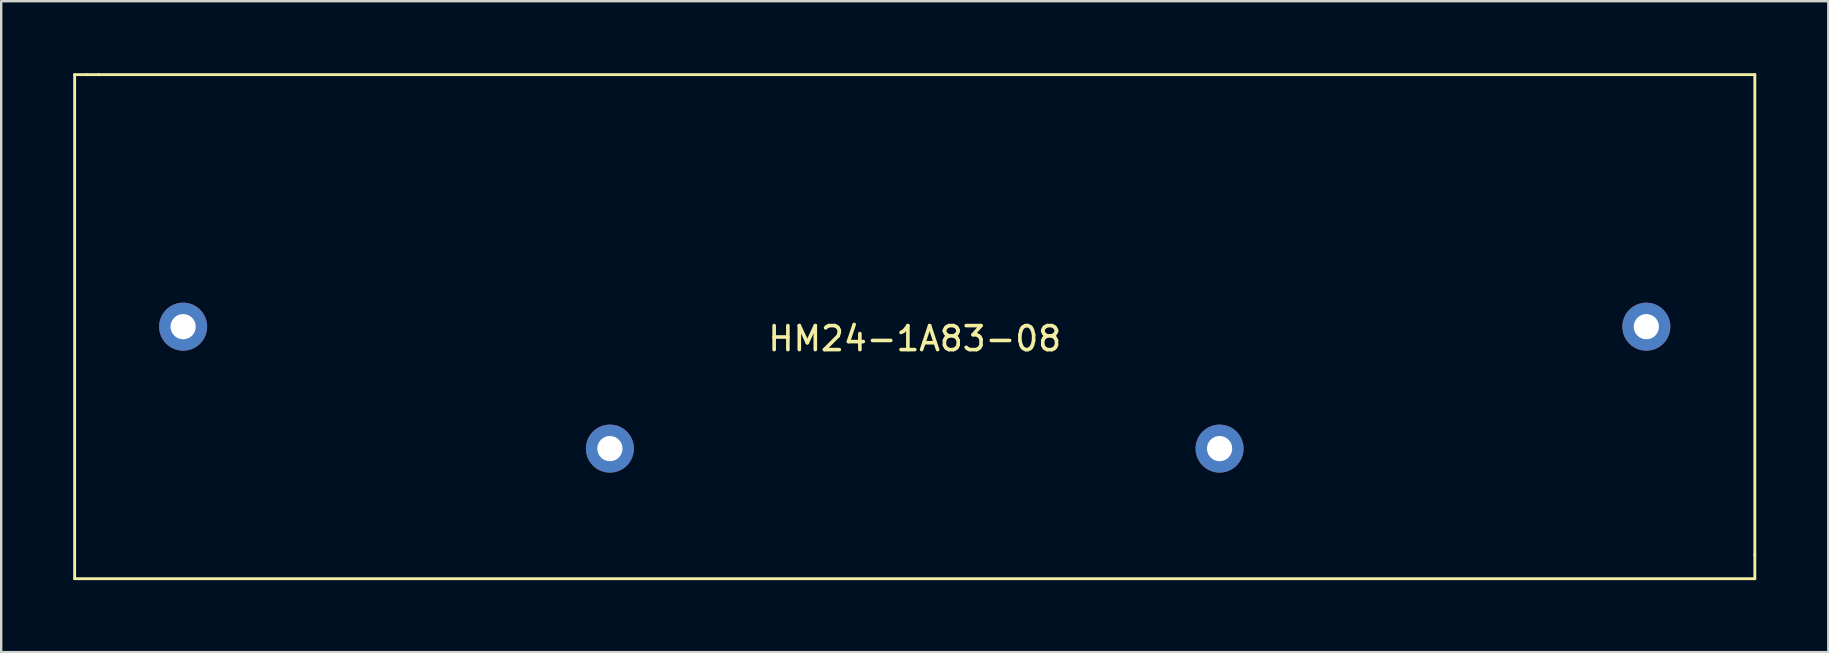
<source format=kicad_pcb>
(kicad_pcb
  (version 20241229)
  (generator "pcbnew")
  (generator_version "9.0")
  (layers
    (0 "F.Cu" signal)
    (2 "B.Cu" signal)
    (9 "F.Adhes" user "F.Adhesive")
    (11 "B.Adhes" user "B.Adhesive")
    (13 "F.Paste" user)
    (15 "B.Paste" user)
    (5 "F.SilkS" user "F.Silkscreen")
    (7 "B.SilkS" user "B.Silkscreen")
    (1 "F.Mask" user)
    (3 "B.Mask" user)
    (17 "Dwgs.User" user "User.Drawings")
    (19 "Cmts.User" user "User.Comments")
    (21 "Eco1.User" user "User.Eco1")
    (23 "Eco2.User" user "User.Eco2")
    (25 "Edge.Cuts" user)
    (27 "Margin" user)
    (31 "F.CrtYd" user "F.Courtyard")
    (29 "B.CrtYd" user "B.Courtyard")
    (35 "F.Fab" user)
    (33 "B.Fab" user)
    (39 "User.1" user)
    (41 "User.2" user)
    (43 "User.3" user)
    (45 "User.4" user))
  (footprint "HM24-1A83-08"
    (layer "F.Cu")
    (at 35.06 10.56)
    (property "Reference" "HM24-1A83-08" (at 0 0.5 0) (layer "F.SilkS") (effects (font (size 1 1) (thickness 0.15))))
    (attr through_hole)
    (fp_line (start -35 10.5) (end -35 -10.5) (stroke (width 0.12) (type solid)) (layer "F.SilkS"))
    (fp_line (start -34.5 -10.5) (end -35 -10.5) (stroke (width 0.12) (type solid)) (layer "F.SilkS"))
    (fp_line (start -34 -10.5) (end -34.5 -10.5) (stroke (width 0.12) (type solid)) (layer "F.SilkS"))
    (fp_line (start -34 -10.5) (end 35 -10.5) (stroke (width 0.12) (type solid)) (layer "F.SilkS"))
    (fp_line (start 35 -10.5) (end 35 9.5) (stroke (width 0.12) (type solid)) (layer "F.SilkS"))
    (fp_line (start 35 9.5) (end 35 10.5) (stroke (width 0.12) (type solid)) (layer "F.SilkS"))
    (fp_line (start 35 10.5) (end -35 10.5) (stroke (width 0.12) (type solid)) (layer "F.SilkS"))
    (pad "1" thru_hole circle (at -30.48 0) (size 2 2) (drill 1.05) (layers "*.Cu" "*.Mask"))
    (pad "2" thru_hole circle (at 30.48 0) (size 2 2) (drill 1.05) (layers "*.Cu" "*.Mask"))
    (pad "3" thru_hole circle (at -12.7 5.08) (size 2 2) (drill 1.05) (layers "*.Cu" "*.Mask"))
    (pad "4" thru_hole circle (at 12.7 5.08) (size 2 2) (drill 1.05) (layers "*.Cu" "*.Mask")))
  (gr_rect
    (start -3 -3)
    (end 73.12 24.12)
    (stroke (width 0.1) (type default))
    (fill no)
    (layer "Edge.Cuts")))
</source>
